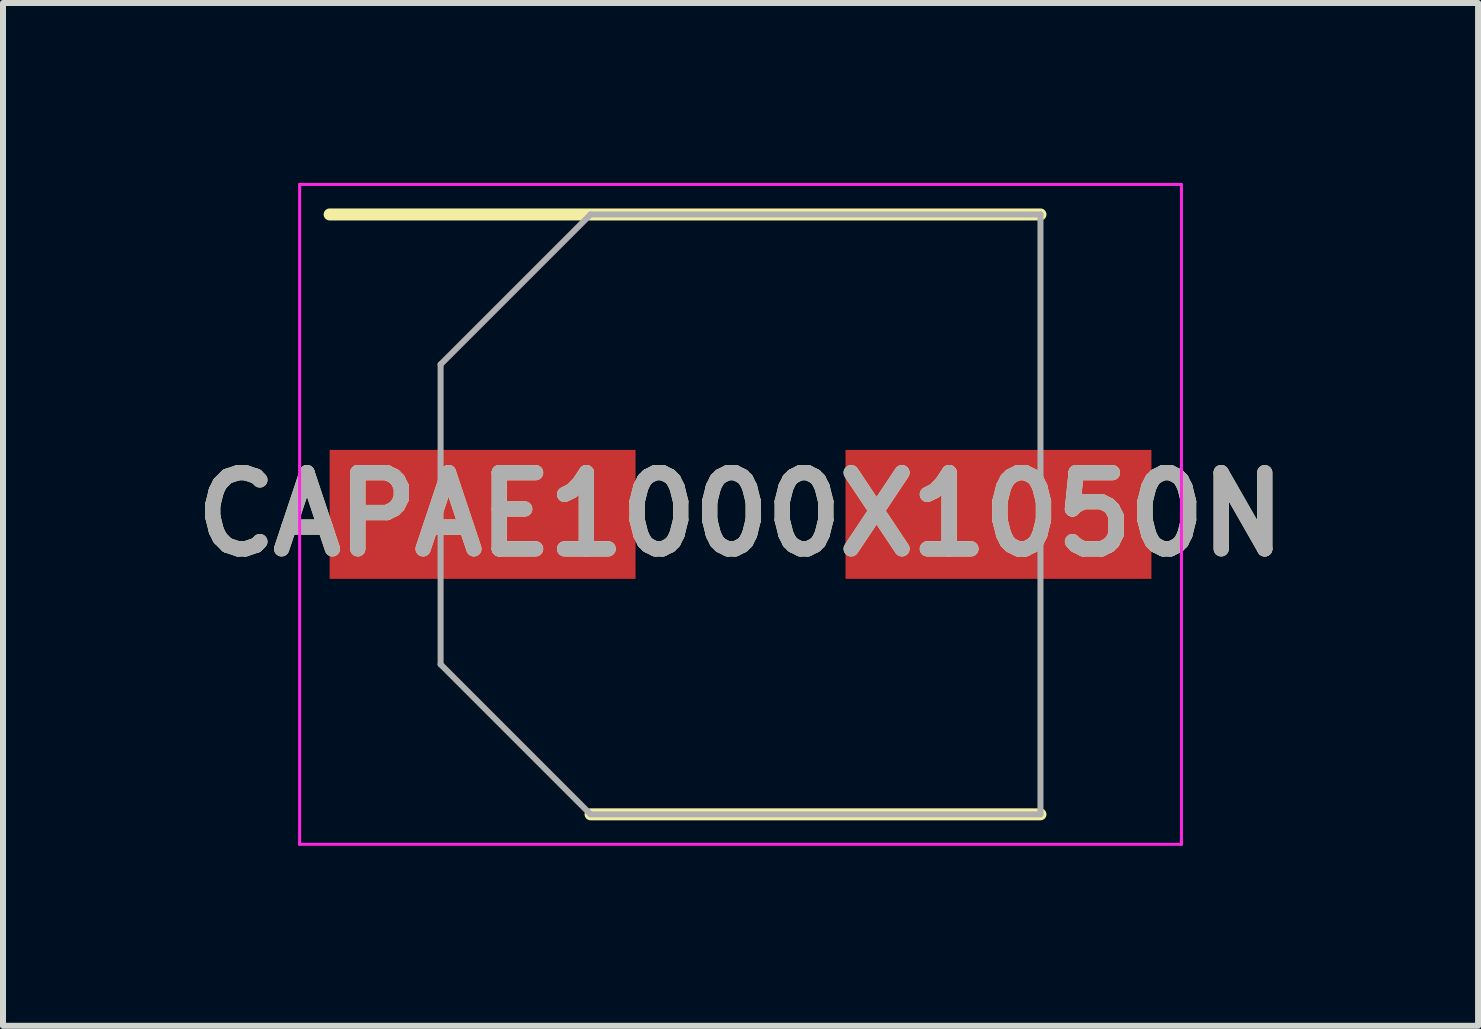
<source format=kicad_pcb>
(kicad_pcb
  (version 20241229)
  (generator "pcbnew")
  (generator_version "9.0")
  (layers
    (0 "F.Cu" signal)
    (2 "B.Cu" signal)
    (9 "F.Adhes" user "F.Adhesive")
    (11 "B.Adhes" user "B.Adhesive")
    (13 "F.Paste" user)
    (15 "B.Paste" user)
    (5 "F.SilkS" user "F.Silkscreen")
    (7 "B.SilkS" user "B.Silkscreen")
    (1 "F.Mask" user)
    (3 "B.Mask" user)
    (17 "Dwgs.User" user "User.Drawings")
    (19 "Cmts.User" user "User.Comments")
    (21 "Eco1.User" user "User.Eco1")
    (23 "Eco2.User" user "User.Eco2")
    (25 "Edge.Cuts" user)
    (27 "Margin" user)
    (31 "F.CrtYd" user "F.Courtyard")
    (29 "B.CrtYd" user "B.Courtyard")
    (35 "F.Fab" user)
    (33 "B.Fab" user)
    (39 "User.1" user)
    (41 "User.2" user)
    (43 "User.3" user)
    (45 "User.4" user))
  (footprint "CAPAE1000X1050N"
    (layer "F.Cu")
    (at 9.295 5.525)
    (property "Reference" "CAPAE1000X1050N" (at 0 0 0) (layer "F.SilkS") (effects (font (size 1.27 1.27) (thickness 0.254))))
    (attr smd)
    (fp_line (start -6.85 -5) (end 5 -5) (stroke (width 0.2) (type solid)) (layer "F.SilkS"))
    (fp_line (start -2.5 5) (end 5 5) (stroke (width 0.2) (type solid)) (layer "F.SilkS"))
    (fp_line (start -7.35 -5.5) (end 7.35 -5.5) (stroke (width 0.05) (type solid)) (layer "F.CrtYd"))
    (fp_line (start -7.35 5.5) (end -7.35 -5.5) (stroke (width 0.05) (type solid)) (layer "F.CrtYd"))
    (fp_line (start 7.35 -5.5) (end 7.35 5.5) (stroke (width 0.05) (type solid)) (layer "F.CrtYd"))
    (fp_line (start 7.35 5.5) (end -7.35 5.5) (stroke (width 0.05) (type solid)) (layer "F.CrtYd"))
    (fp_line (start -5 -2.5) (end -5 2.5) (stroke (width 0.1) (type solid)) (layer "F.Fab"))
    (fp_line (start -5 2.5) (end -2.5 5) (stroke (width 0.1) (type solid)) (layer "F.Fab"))
    (fp_line (start -2.5 -5) (end -5 -2.5) (stroke (width 0.1) (type solid)) (layer "F.Fab"))
    (fp_line (start -2.5 5) (end 5 5) (stroke (width 0.1) (type solid)) (layer "F.Fab"))
    (fp_line (start 5 -5) (end -2.5 -5) (stroke (width 0.1) (type solid)) (layer "F.Fab"))
    (fp_line (start 5 5) (end 5 -5) (stroke (width 0.1) (type solid)) (layer "F.Fab"))
    (fp_text user "${REFERENCE}" (at 0 0 0) (layer "F.Fab") (effects (font (size 1.27 1.27) (thickness 0.254))))
    (pad "1" smd rect (at -4.3 0 90) (size 2.15 5.1) (layers "F.Cu" "F.Mask" "F.Paste"))
    (pad "2" smd rect (at 4.3 0 90) (size 2.15 5.1) (layers "F.Cu" "F.Mask" "F.Paste")))
  (gr_rect
    (start -3 -3)
    (end 21.59 14.05)
    (stroke (width 0.1) (type default))
    (fill no)
    (layer "Edge.Cuts")))
</source>
